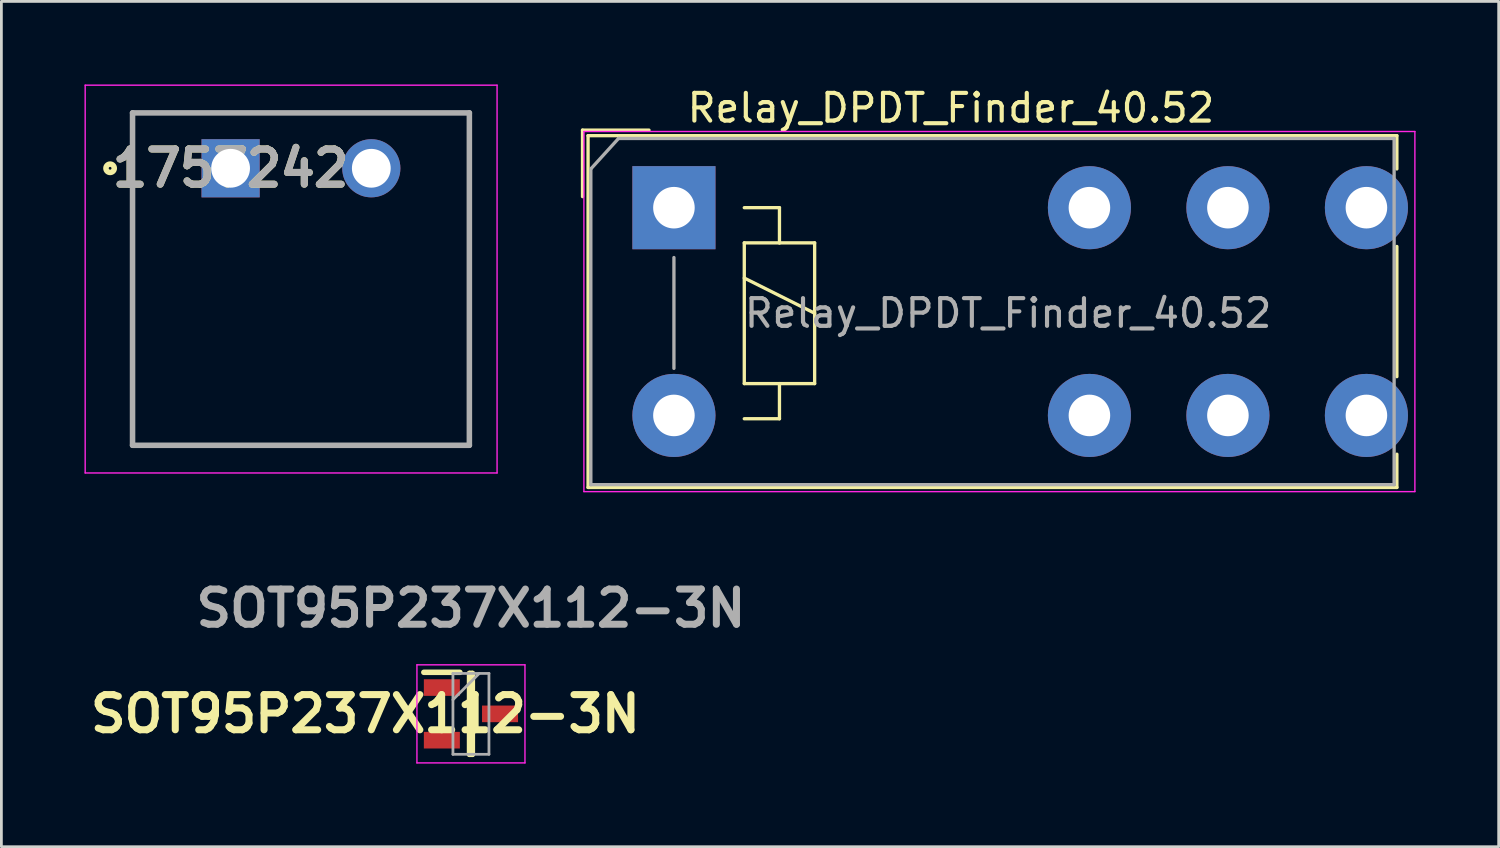
<source format=kicad_pcb>
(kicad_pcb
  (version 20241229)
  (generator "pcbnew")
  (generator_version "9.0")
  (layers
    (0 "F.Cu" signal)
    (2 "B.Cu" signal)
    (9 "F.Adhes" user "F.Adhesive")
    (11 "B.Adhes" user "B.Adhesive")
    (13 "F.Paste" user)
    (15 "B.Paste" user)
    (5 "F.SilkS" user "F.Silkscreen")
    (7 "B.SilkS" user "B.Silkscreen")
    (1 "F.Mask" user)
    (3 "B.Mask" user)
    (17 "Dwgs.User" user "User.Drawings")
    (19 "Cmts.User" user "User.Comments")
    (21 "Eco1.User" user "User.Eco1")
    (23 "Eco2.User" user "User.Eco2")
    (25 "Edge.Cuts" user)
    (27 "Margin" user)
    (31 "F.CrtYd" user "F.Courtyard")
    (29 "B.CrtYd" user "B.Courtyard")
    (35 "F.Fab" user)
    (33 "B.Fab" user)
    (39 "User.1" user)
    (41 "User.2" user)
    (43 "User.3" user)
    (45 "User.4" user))
  (footprint "Relay_DPDT_Finder_40.52"
    (layer "F.Cu")
    (at 21.28 4.448)
    (property "Reference" "Relay_DPDT_Finder_40.52" (at 10 -3.6 0) (layer "F.SilkS") (effects (font (size 1 1) (thickness 0.15))))
    (attr through_hole)
    (fp_line (start -3.3 -0.4) (end -3.3 -2.8) (stroke (width 0.12) (type solid)) (layer "F.SilkS"))
    (fp_line (start -3.1 -2.6) (end 26.1 -2.6) (stroke (width 0.12) (type solid)) (layer "F.SilkS"))
    (fp_line (start -3.1 10.1) (end -3.1 -2.6) (stroke (width 0.12) (type solid)) (layer "F.SilkS"))
    (fp_line (start -0.9 -2.8) (end -3.3 -2.8) (stroke (width 0.12) (type solid)) (layer "F.SilkS"))
    (fp_line (start 2.54 0) (end 3.81 0) (stroke (width 0.12) (type solid)) (layer "F.SilkS"))
    (fp_line (start 2.54 1.27) (end 3.81 1.27) (stroke (width 0.12) (type solid)) (layer "F.SilkS"))
    (fp_line (start 2.54 2.54) (end 5.08 3.81) (stroke (width 0.12) (type solid)) (layer "F.SilkS"))
    (fp_line (start 2.54 6.35) (end 2.54 1.27) (stroke (width 0.12) (type solid)) (layer "F.SilkS"))
    (fp_line (start 3.81 0) (end 3.81 1.27) (stroke (width 0.12) (type solid)) (layer "F.SilkS"))
    (fp_line (start 3.81 1.27) (end 5.08 1.27) (stroke (width 0.12) (type solid)) (layer "F.SilkS"))
    (fp_line (start 3.81 6.35) (end 3.81 7.62) (stroke (width 0.12) (type solid)) (layer "F.SilkS"))
    (fp_line (start 3.81 7.62) (end 2.54 7.62) (stroke (width 0.12) (type solid)) (layer "F.SilkS"))
    (fp_line (start 5.08 1.27) (end 5.08 6.35) (stroke (width 0.12) (type solid)) (layer "F.SilkS"))
    (fp_line (start 5.08 6.35) (end 2.54 6.35) (stroke (width 0.12) (type solid)) (layer "F.SilkS"))
    (fp_line (start 26.1 -2.6) (end 26.1 -1.4) (stroke (width 0.12) (type solid)) (layer "F.SilkS"))
    (fp_line (start 26.1 1.4) (end 26.1 6.1) (stroke (width 0.12) (type solid)) (layer "F.SilkS"))
    (fp_line (start 26.1 8.9) (end 26.1 10.1) (stroke (width 0.12) (type solid)) (layer "F.SilkS"))
    (fp_line (start 26.1 10.1) (end -3.1 10.1) (stroke (width 0.12) (type solid)) (layer "F.SilkS"))
    (fp_line (start -3.25 -2.75) (end -3.25 10.25) (stroke (width 0.05) (type solid)) (layer "F.CrtYd"))
    (fp_line (start -3.25 -2.75) (end 26.75 -2.75) (stroke (width 0.05) (type solid)) (layer "F.CrtYd"))
    (fp_line (start 26.75 10.25) (end -3.25 10.25) (stroke (width 0.05) (type solid)) (layer "F.CrtYd"))
    (fp_line (start 26.75 10.25) (end 26.75 -2.75) (stroke (width 0.05) (type solid)) (layer "F.CrtYd"))
    (fp_line (start -3 -1.4) (end -3 10) (stroke (width 0.12) (type solid)) (layer "F.Fab"))
    (fp_line (start -3 10) (end 26 10) (stroke (width 0.12) (type solid)) (layer "F.Fab"))
    (fp_line (start -2 -2.5) (end -3 -1.4) (stroke (width 0.12) (type solid)) (layer "F.Fab"))
    (fp_line (start 0 1.8) (end 0 5.8) (stroke (width 0.12) (type solid)) (layer "F.Fab"))
    (fp_line (start 26 -2.5) (end -2 -2.5) (stroke (width 0.12) (type solid)) (layer "F.Fab"))
    (fp_line (start 26 10) (end 26 -2.5) (stroke (width 0.12) (type solid)) (layer "F.Fab"))
    (fp_text user "${REFERENCE}" (at 12.065 3.81 0) (layer "F.Fab") (effects (font (size 1 1) (thickness 0.15))))
    (pad "11" thru_hole circle (at 20 0) (size 3 3) (drill 1.5) (layers "*.Cu" "*.Mask"))
    (pad "12" thru_hole circle (at 15 0) (size 3 3) (drill 1.5) (layers "*.Cu" "*.Mask"))
    (pad "14" thru_hole circle (at 25 0) (size 3 3) (drill 1.5) (layers "*.Cu" "*.Mask"))
    (pad "21" thru_hole circle (at 20 7.5) (size 3 3) (drill 1.5) (layers "*.Cu" "*.Mask"))
    (pad "22" thru_hole circle (at 15 7.5) (size 3 3) (drill 1.5) (layers "*.Cu" "*.Mask"))
    (pad "24" thru_hole circle (at 25 7.5) (size 3 3) (drill 1.5) (layers "*.Cu" "*.Mask"))
    (pad "A1" thru_hole rect (at 0 0) (size 3 3) (drill 1.5) (layers "*.Cu" "*.Mask"))
    (pad "A2" thru_hole circle (at 0 7.5) (size 3 3) (drill 1.5) (layers "*.Cu" "*.Mask")))
  (footprint "1757242"
    (layer "F.Cu")
    (at 5.275 3.025)
    (property "Reference" "1757242" (at 0 0 0) (layer "F.SilkS") (effects (font (size 1.27 1.27) (thickness 0.254))))
    (attr through_hole)
    (fp_line (start -3.54 -2) (end 8.62 -2) (stroke (width 0.1) (type solid)) (layer "F.SilkS"))
    (fp_line (start -3.54 10) (end -3.54 -2) (stroke (width 0.1) (type solid)) (layer "F.SilkS"))
    (fp_line (start 8.62 -2) (end 8.62 10) (stroke (width 0.1) (type solid)) (layer "F.SilkS"))
    (fp_line (start 8.62 10) (end -3.54 10) (stroke (width 0.1) (type solid)) (layer "F.SilkS"))
    (fp_circle (center -4.35 0) (end -4.35 0.05) (stroke (width 0.2) (type solid)) (fill no) (layer "F.SilkS"))
    (fp_line (start -5.25 -3) (end 9.62 -3) (stroke (width 0.05) (type solid)) (layer "F.CrtYd"))
    (fp_line (start -5.25 11) (end -5.25 -3) (stroke (width 0.05) (type solid)) (layer "F.CrtYd"))
    (fp_line (start 9.62 -3) (end 9.62 11) (stroke (width 0.05) (type solid)) (layer "F.CrtYd"))
    (fp_line (start 9.62 11) (end -5.25 11) (stroke (width 0.05) (type solid)) (layer "F.CrtYd"))
    (fp_line (start -3.54 -2) (end 8.62 -2) (stroke (width 0.2) (type solid)) (layer "F.Fab"))
    (fp_line (start -3.54 10) (end -3.54 -2) (stroke (width 0.2) (type solid)) (layer "F.Fab"))
    (fp_line (start 8.62 -2) (end 8.62 10) (stroke (width 0.2) (type solid)) (layer "F.Fab"))
    (fp_line (start 8.62 10) (end -3.54 10) (stroke (width 0.2) (type solid)) (layer "F.Fab"))
    (fp_text user "${REFERENCE}" (at 0 0 0) (layer "F.Fab") (effects (font (size 1.27 1.27) (thickness 0.254))))
    (pad "1" thru_hole rect (at 0 0) (size 2.1 2.1) (drill 1.4) (layers "*.Cu" "*.Mask"))
    (pad "2" thru_hole circle (at 5.08 0) (size 2.1 2.1) (drill 1.4) (layers "*.Cu" "*.Mask")))
  (footprint "SOT95P237X112-3N"
    (layer "F.Cu")
    (at 13.952 22.722)
    (property "Reference" "SOT95P237X112-3N" (at -3.81 0 0) (layer "F.SilkS") (effects (font (size 1.27 1.27) (thickness 0.254))))
    (attr smd)
    (fp_line (start -1.7 -1.5) (end -0.4 -1.5) (stroke (width 0.2) (type solid)) (layer "F.SilkS"))
    (fp_line (start -0.05 -1.46) (end 0.05 -1.46) (stroke (width 0.2) (type solid)) (layer "F.SilkS"))
    (fp_line (start -0.05 1.46) (end -0.05 -1.46) (stroke (width 0.2) (type solid)) (layer "F.SilkS"))
    (fp_line (start 0.05 -1.46) (end 0.05 1.46) (stroke (width 0.2) (type solid)) (layer "F.SilkS"))
    (fp_line (start 0.05 1.46) (end -0.05 1.46) (stroke (width 0.2) (type solid)) (layer "F.SilkS"))
    (fp_line (start -1.95 -1.77) (end 1.95 -1.77) (stroke (width 0.05) (type solid)) (layer "F.CrtYd"))
    (fp_line (start -1.95 1.77) (end -1.95 -1.77) (stroke (width 0.05) (type solid)) (layer "F.CrtYd"))
    (fp_line (start 1.95 -1.77) (end 1.95 1.77) (stroke (width 0.05) (type solid)) (layer "F.CrtYd"))
    (fp_line (start 1.95 1.77) (end -1.95 1.77) (stroke (width 0.05) (type solid)) (layer "F.CrtYd"))
    (fp_line (start -0.65 -1.46) (end 0.65 -1.46) (stroke (width 0.1) (type solid)) (layer "F.Fab"))
    (fp_line (start -0.65 -0.51) (end 0.3 -1.46) (stroke (width 0.1) (type solid)) (layer "F.Fab"))
    (fp_line (start -0.65 1.46) (end -0.65 -1.46) (stroke (width 0.1) (type solid)) (layer "F.Fab"))
    (fp_line (start 0.65 -1.46) (end 0.65 1.46) (stroke (width 0.1) (type solid)) (layer "F.Fab"))
    (fp_line (start 0.65 1.46) (end -0.65 1.46) (stroke (width 0.1) (type solid)) (layer "F.Fab"))
    (fp_text user "${REFERENCE}" (at 0 -3.81 0) (layer "F.Fab") (effects (font (size 1.27 1.27) (thickness 0.254))))
    (pad "1" smd rect (at -1.05 -0.95 90) (size 0.6 1.3) (layers "F.Cu" "F.Mask" "F.Paste"))
    (pad "2" smd rect (at -1.05 0.95 90) (size 0.6 1.3) (layers "F.Cu" "F.Mask" "F.Paste"))
    (pad "3" smd rect (at 1.05 0 90) (size 0.6 1.3) (layers "F.Cu" "F.Mask" "F.Paste")))
  (gr_rect
    (start -3 -3)
    (end 51.055 27.517)
    (stroke (width 0.1) (type default))
    (fill no)
    (layer "Edge.Cuts")))
</source>
